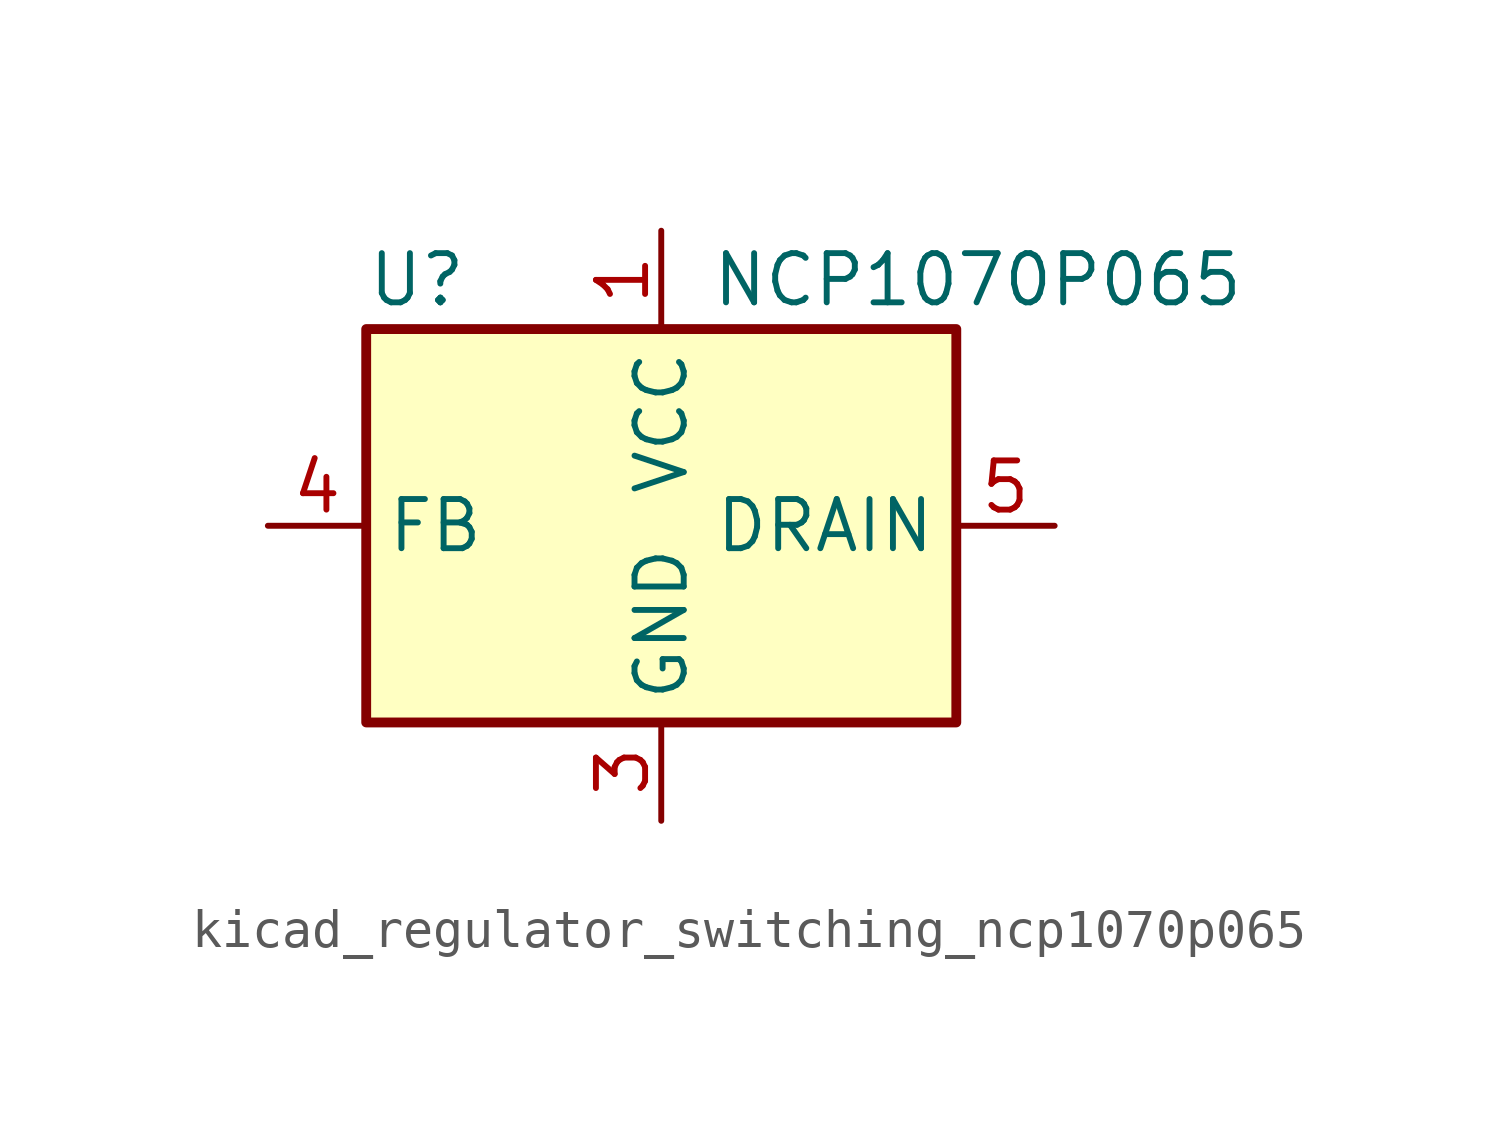
<source format=kicad_sym>
(kicad_symbol_lib
  (version 20220914)
  (generator kicad_symbol_editor)
  (symbol "kicad_regulator_switching_ncp1070p065"
    (property "Reference" "U"
      (at -7.62 6.35 0)
      (effects (font (size 1.27 1.27)) (justify left)))
    (property "Value" "NCP1070P065"
      (at 1.27 6.35 0)
      (effects (font (size 1.27 1.27)) (justify left)))
    (symbol "kicad_regulator_switching_ncp1070p065_0_1"
      (rectangle (start -7.62 5.08) (end 7.62 -5.08) (stroke (width 0.254) (type default)) (fill (type background))))
    (symbol "kicad_regulator_switching_ncp1070p065_1_1"
      (pin power_in line (at 0 7.62 270) (length 2.54) (name "VCC" (effects (font (size 1.27 1.27)))) (number "1" (effects (font (size 1.27 1.27)))))
      (pin no_connect line (at -7.62 2.54 0) (length 2.54) hide (name "NC" (effects (font (size 1.27 1.27)))) (number "2" (effects (font (size 1.27 1.27)))))
      (pin power_in line (at 0 -7.62 90) (length 2.54) (name "GND" (effects (font (size 1.27 1.27)))) (number "3" (effects (font (size 1.27 1.27)))))
      (pin input line (at -10.16 0 0) (length 2.54) (name "FB" (effects (font (size 1.27 1.27)))) (number "4" (effects (font (size 1.27 1.27)))))
      (pin open_collector line (at 10.16 0 180) (length 2.54) (name "DRAIN" (effects (font (size 1.27 1.27)))) (number "5" (effects (font (size 1.27 1.27)))))
      (pin passive line (at 0 -7.62 90) (length 2.54) hide (name "GND" (effects (font (size 1.27 1.27)))) (number "7" (effects (font (size 1.27 1.27)))))
      (pin passive line (at 0 -7.62 90) (length 2.54) hide (name "GND" (effects (font (size 1.27 1.27)))) (number "8" (effects (font (size 1.27 1.27))))))))
</source>
